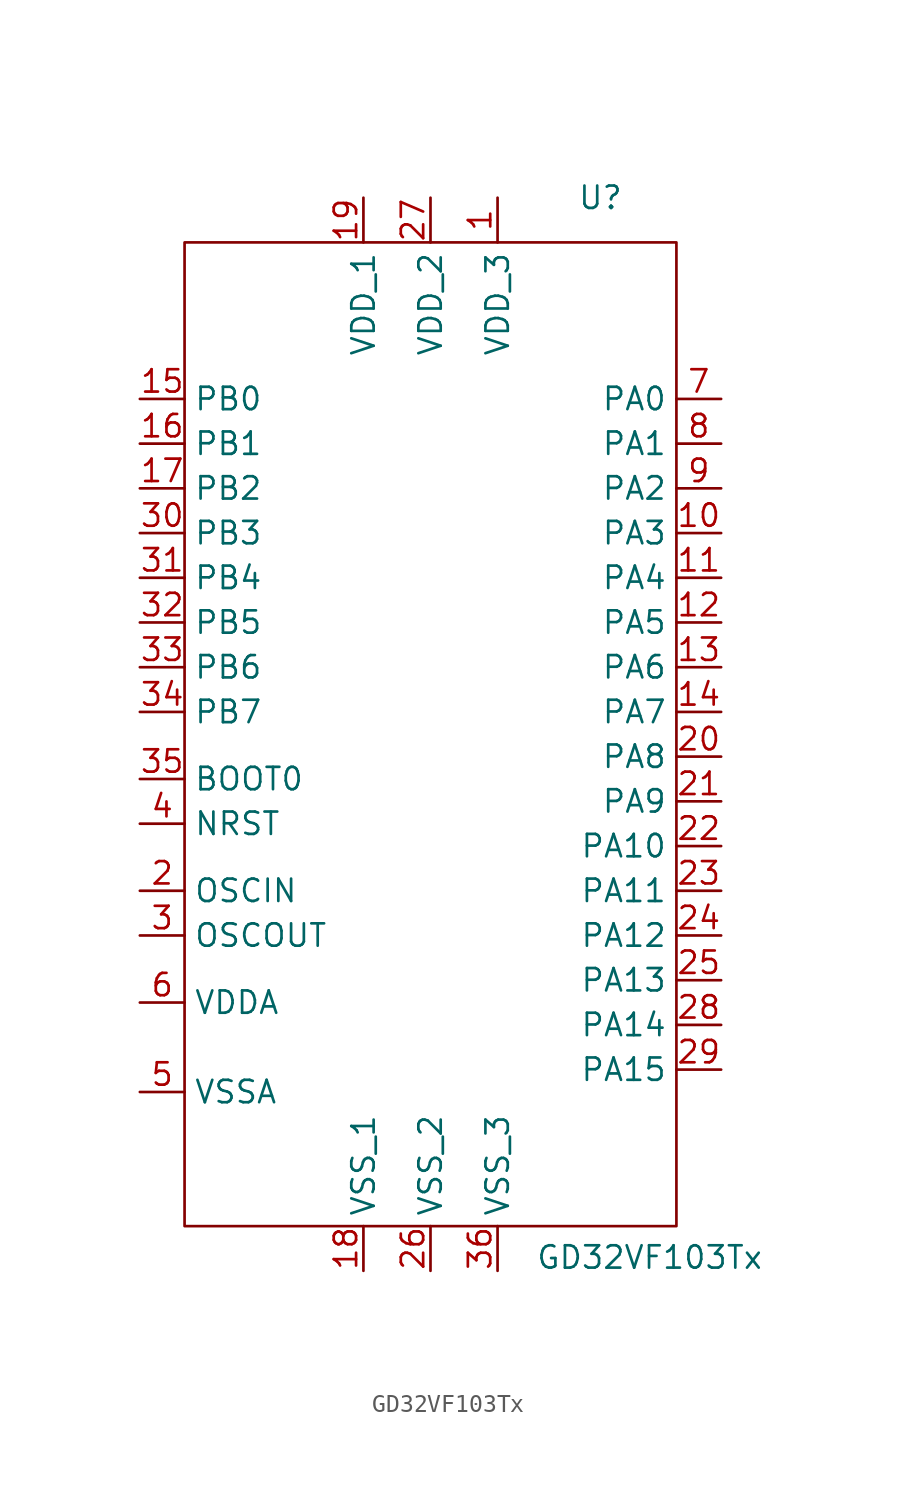
<source format=kicad_sym>
(kicad_symbol_lib
  (version 20231120)
  (generator "kicad_symbol_editor")
  (generator_version "8.0")
  (symbol "GD32VF103Tx"
    (property "Reference" "U"
      (at 9.652 30.48 0)
      (effects (font (size 1.27 1.27))))
    (property "Value" "GD32VF103Tx"
      (at 12.446 -29.718 0)
      (effects (font (size 1.27 1.27))))
    (symbol "GD32VF103Tx_0_1"
      (rectangle (start -13.97 27.94) (end 13.97 -27.94) (stroke (width 0) (type default)) (fill (type none))))
    (symbol "GD32VF103Tx_1_0"
      (pin bidirectional line (at 16.51 11.43 180) (length 2.54) (name "PA3" (effects (font (size 1.27 1.27)))) (number "10" (effects (font (size 1.27 1.27)))) (alternate "ADC01_IN3" bidirectional line) (alternate "PA3" bidirectional line) (alternate "TIMER1_CH3" bidirectional line) (alternate "TIMER4_CH3" bidirectional line) (alternate "USART1_RX" input line))
      (pin bidirectional line (at 16.51 8.89 180) (length 2.54) (name "PA4" (effects (font (size 1.27 1.27)))) (number "11" (effects (font (size 1.27 1.27)))) (alternate "ADC01_IN4" input line) (alternate "DAC_OUT0" output line) (alternate "PA4" bidirectional line) (alternate "SPI0_NSS" bidirectional line) (alternate "USART1_CK" bidirectional line))
      (pin bidirectional line (at 16.51 6.35 180) (length 2.54) (name "PA5" (effects (font (size 1.27 1.27)))) (number "12" (effects (font (size 1.27 1.27)))) (alternate "ADC01_IN5" input line) (alternate "DAC_OUT1" output line) (alternate "PA5" bidirectional line) (alternate "SPI_SCK" bidirectional line))
      (pin bidirectional line (at 16.51 3.81 180) (length 2.54) (name "PA6" (effects (font (size 1.27 1.27)))) (number "13" (effects (font (size 1.27 1.27)))) (alternate "ADC01_IN6" input line) (alternate "PA6" bidirectional line) (alternate "SPI0_MISO" bidirectional line) (alternate "TIMER0_BRKIN" bidirectional line) (alternate "TIMER2_CH0" bidirectional line))
      (pin bidirectional line (at 16.51 1.27 180) (length 2.54) (name "PA7" (effects (font (size 1.27 1.27)))) (number "14" (effects (font (size 1.27 1.27)))) (alternate "ADC01_IN7" input line) (alternate "PA7" bidirectional line) (alternate "SPI0_MOSI" bidirectional line) (alternate "TIMER0_CH0_ON" bidirectional line) (alternate "TIMER2_CH1" bidirectional line))
      (pin bidirectional line (at -16.51 19.05 0) (length 2.54) (name "PB0" (effects (font (size 1.27 1.27)))) (number "15" (effects (font (size 1.27 1.27)))) (alternate "ADC01_IN8" input line) (alternate "PB0" bidirectional line) (alternate "TIMER0_CH1_ON" bidirectional line) (alternate "TIMER2_CH2" bidirectional line))
      (pin bidirectional line (at -16.51 16.51 0) (length 2.54) (name "PB1" (effects (font (size 1.27 1.27)))) (number "16" (effects (font (size 1.27 1.27)))) (alternate "ADC01_IN9" input line) (alternate "PB1" bidirectional line) (alternate "TIMER0_CH2_ON" bidirectional line) (alternate "TIMER2_CH3" bidirectional line))
      (pin bidirectional line (at -16.51 13.97 0) (length 2.54) (name "PB2" (effects (font (size 1.27 1.27)))) (number "17" (effects (font (size 1.27 1.27)))) (alternate "BOOT1" input line) (alternate "PB2" bidirectional line))
      (pin power_out line (at -3.81 -30.48 90) (length 2.54) (name "VSS_1" (effects (font (size 1.27 1.27)))) (number "18" (effects (font (size 1.27 1.27)))))
      (pin input line (at -16.51 -8.89 0) (length 2.54) (name "OSCIN" (effects (font (size 1.27 1.27)))) (number "2" (effects (font (size 1.27 1.27)))) (alternate "OSCIN" input line) (alternate "PD0" bidirectional line))
      (pin bidirectional line (at 16.51 -1.27 180) (length 2.54) (name "PA8" (effects (font (size 1.27 1.27)))) (number "20" (effects (font (size 1.27 1.27)))) (alternate "CK_OUT0" output line) (alternate "PA8" bidirectional line) (alternate "TIMER0_CH0" bidirectional line) (alternate "USART0_CK" bidirectional line) (alternate "USBFS_SOF" bidirectional line))
      (pin bidirectional line (at 16.51 -3.81 180) (length 2.54) (name "PA9" (effects (font (size 1.27 1.27)))) (number "21" (effects (font (size 1.27 1.27)))) (alternate "PA9" bidirectional line) (alternate "TIMER0_CH1" bidirectional line) (alternate "USART0_TX" output line) (alternate "USBFS_VBUS" bidirectional line))
      (pin bidirectional line (at 16.51 -6.35 180) (length 2.54) (name "PA10" (effects (font (size 1.27 1.27)))) (number "22" (effects (font (size 1.27 1.27)))) (alternate "PA10" bidirectional line) (alternate "TIMER0_CH2" bidirectional line) (alternate "USART0_RX" input line) (alternate "USBFS_ID" output line))
      (pin bidirectional line (at 16.51 -8.89 180) (length 2.54) (name "PA11" (effects (font (size 1.27 1.27)))) (number "23" (effects (font (size 1.27 1.27)))) (alternate "CAN0_RX" input line) (alternate "PA11" bidirectional line) (alternate "TIMER0_CH3" bidirectional line) (alternate "USART0_CTS" bidirectional line) (alternate "USBFS_DM" bidirectional line))
      (pin bidirectional line (at 16.51 -11.43 180) (length 2.54) (name "PA12" (effects (font (size 1.27 1.27)))) (number "24" (effects (font (size 1.27 1.27)))) (alternate "CAN0_TX" output line) (alternate "PA12" bidirectional line) (alternate "TIMER0_ETI" bidirectional line) (alternate "USART0_RTS" bidirectional line) (alternate "USBFS_DP" bidirectional line))
      (pin bidirectional line (at 16.51 -13.97 180) (length 2.54) (name "PA13" (effects (font (size 1.27 1.27)))) (number "25" (effects (font (size 1.27 1.27)))) (alternate "JTMS" bidirectional line) (alternate "PA13" bidirectional line))
      (pin power_out line (at 0 -30.48 90) (length 2.54) (name "VSS_2" (effects (font (size 1.27 1.27)))) (number "26" (effects (font (size 1.27 1.27)))))
      (pin bidirectional line (at 16.51 -16.51 180) (length 2.54) (name "PA14" (effects (font (size 1.27 1.27)))) (number "28" (effects (font (size 1.27 1.27)))) (alternate "JTCK" bidirectional line) (alternate "PA13" bidirectional line))
      (pin bidirectional line (at 16.51 -19.05 180) (length 2.54) (name "PA15" (effects (font (size 1.27 1.27)))) (number "29" (effects (font (size 1.27 1.27)))) (alternate "JTDI" bidirectional line) (alternate "PA15" bidirectional line) (alternate "SPI0_NSS" bidirectional line) (alternate "TIMER1_CH0_ETI" bidirectional line))
      (pin output line (at -16.51 -11.43 0) (length 2.54) (name "OSCOUT" (effects (font (size 1.27 1.27)))) (number "3" (effects (font (size 1.27 1.27)))) (alternate "OSCOUT" output line) (alternate "PD1" bidirectional line))
      (pin bidirectional line (at -16.51 11.43 0) (length 2.54) (name "PB3" (effects (font (size 1.27 1.27)))) (number "30" (effects (font (size 1.27 1.27)))) (alternate "JTDO" bidirectional line) (alternate "SPI0_SCK" bidirectional line) (alternate "TIMER1_CH1" bidirectional line))
      (pin bidirectional line (at -16.51 8.89 0) (length 2.54) (name "PB4" (effects (font (size 1.27 1.27)))) (number "31" (effects (font (size 1.27 1.27)))) (alternate "NJTRST" input inverted) (alternate "SPI0_MISO" bidirectional line) (alternate "TIMER2_CH0" bidirectional line))
      (pin bidirectional line (at -16.51 6.35 0) (length 2.54) (name "PB5" (effects (font (size 1.27 1.27)))) (number "32" (effects (font (size 1.27 1.27)))) (alternate "CAN1_RX" input line) (alternate "I2C0_SMBA" bidirectional line) (alternate "SPI0_MOSI" bidirectional line) (alternate "TIMER2_CH1" bidirectional line))
      (pin bidirectional line (at -16.51 3.81 0) (length 2.54) (name "PB6" (effects (font (size 1.27 1.27)))) (number "33" (effects (font (size 1.27 1.27)))) (alternate "CAN1_TX" output line) (alternate "I2C0_SCL" bidirectional line) (alternate "TIMER3_CH0" bidirectional line) (alternate "USART0_TX" output line))
      (pin bidirectional line (at -16.51 1.27 0) (length 2.54) (name "PB7" (effects (font (size 1.27 1.27)))) (number "34" (effects (font (size 1.27 1.27)))) (alternate "I2C0_SDA" bidirectional line) (alternate "TIMER3_CH1" bidirectional line) (alternate "USART0_RX" input line))
      (pin bidirectional line (at -16.51 -2.54 0) (length 2.54) (name "BOOT0" (effects (font (size 1.27 1.27)))) (number "35" (effects (font (size 1.27 1.27)))))
      (pin power_out line (at 3.81 -30.48 90) (length 2.54) (name "VSS_3" (effects (font (size 1.27 1.27)))) (number "36" (effects (font (size 1.27 1.27)))))
      (pin free line (at 0 -1.27 90) (length 2.54) hide (name "ThermalPad" (effects (font (size 1.27 1.27)))) (number "37" (effects (font (size 1.27 1.27)))))
      (pin bidirectional line (at -16.51 -5.08 0) (length 2.54) (name "NRST" (effects (font (size 1.27 1.27)))) (number "4" (effects (font (size 1.27 1.27)))))
      (pin power_out line (at -16.51 -20.32 0) (length 2.54) (name "VSSA" (effects (font (size 1.27 1.27)))) (number "5" (effects (font (size 1.27 1.27)))))
      (pin power_in line (at -16.51 -15.24 0) (length 2.54) (name "VDDA" (effects (font (size 1.27 1.27)))) (number "6" (effects (font (size 1.27 1.27)))))
      (pin bidirectional line (at 16.51 19.05 180) (length 2.54) (name "PA0" (effects (font (size 1.27 1.27)))) (number "7" (effects (font (size 1.27 1.27)))) (alternate "ADC01_IN0" input line) (alternate "PA0" bidirectional line) (alternate "TIMER1_CH0_ETI" bidirectional line) (alternate "TIMER4_CH0" bidirectional line) (alternate "USART1_CTS" bidirectional line) (alternate "WKUP" input line))
      (pin bidirectional line (at 16.51 16.51 180) (length 2.54) (name "PA1" (effects (font (size 1.27 1.27)))) (number "8" (effects (font (size 1.27 1.27)))) (alternate "ADC01_IN1" input line) (alternate "PA1" bidirectional line) (alternate "TIMER1_CH1" bidirectional line) (alternate "TIMER4_CH1" bidirectional line) (alternate "USART1_RTS" bidirectional line))
      (pin bidirectional line (at 16.51 13.97 180) (length 2.54) (name "PA2" (effects (font (size 1.27 1.27)))) (number "9" (effects (font (size 1.27 1.27)))) (alternate "ADC01_IN2" input line) (alternate "PA2" bidirectional line) (alternate "TIMER1_CH2" bidirectional line) (alternate "TIMER4_CH2" bidirectional line) (alternate "USART1_TX" output line)))
    (symbol "GD32VF103Tx_1_1"
      (pin power_in line (at 3.81 30.48 270) (length 2.54) (name "VDD_3" (effects (font (size 1.27 1.27)))) (number "1" (effects (font (size 1.27 1.27)))))
      (pin power_in line (at -3.81 30.48 270) (length 2.54) (name "VDD_1" (effects (font (size 1.27 1.27)))) (number "19" (effects (font (size 1.27 1.27)))))
      (pin power_in line (at 0 30.48 270) (length 2.54) (name "VDD_2" (effects (font (size 1.27 1.27)))) (number "27" (effects (font (size 1.27 1.27))))))))
</source>
